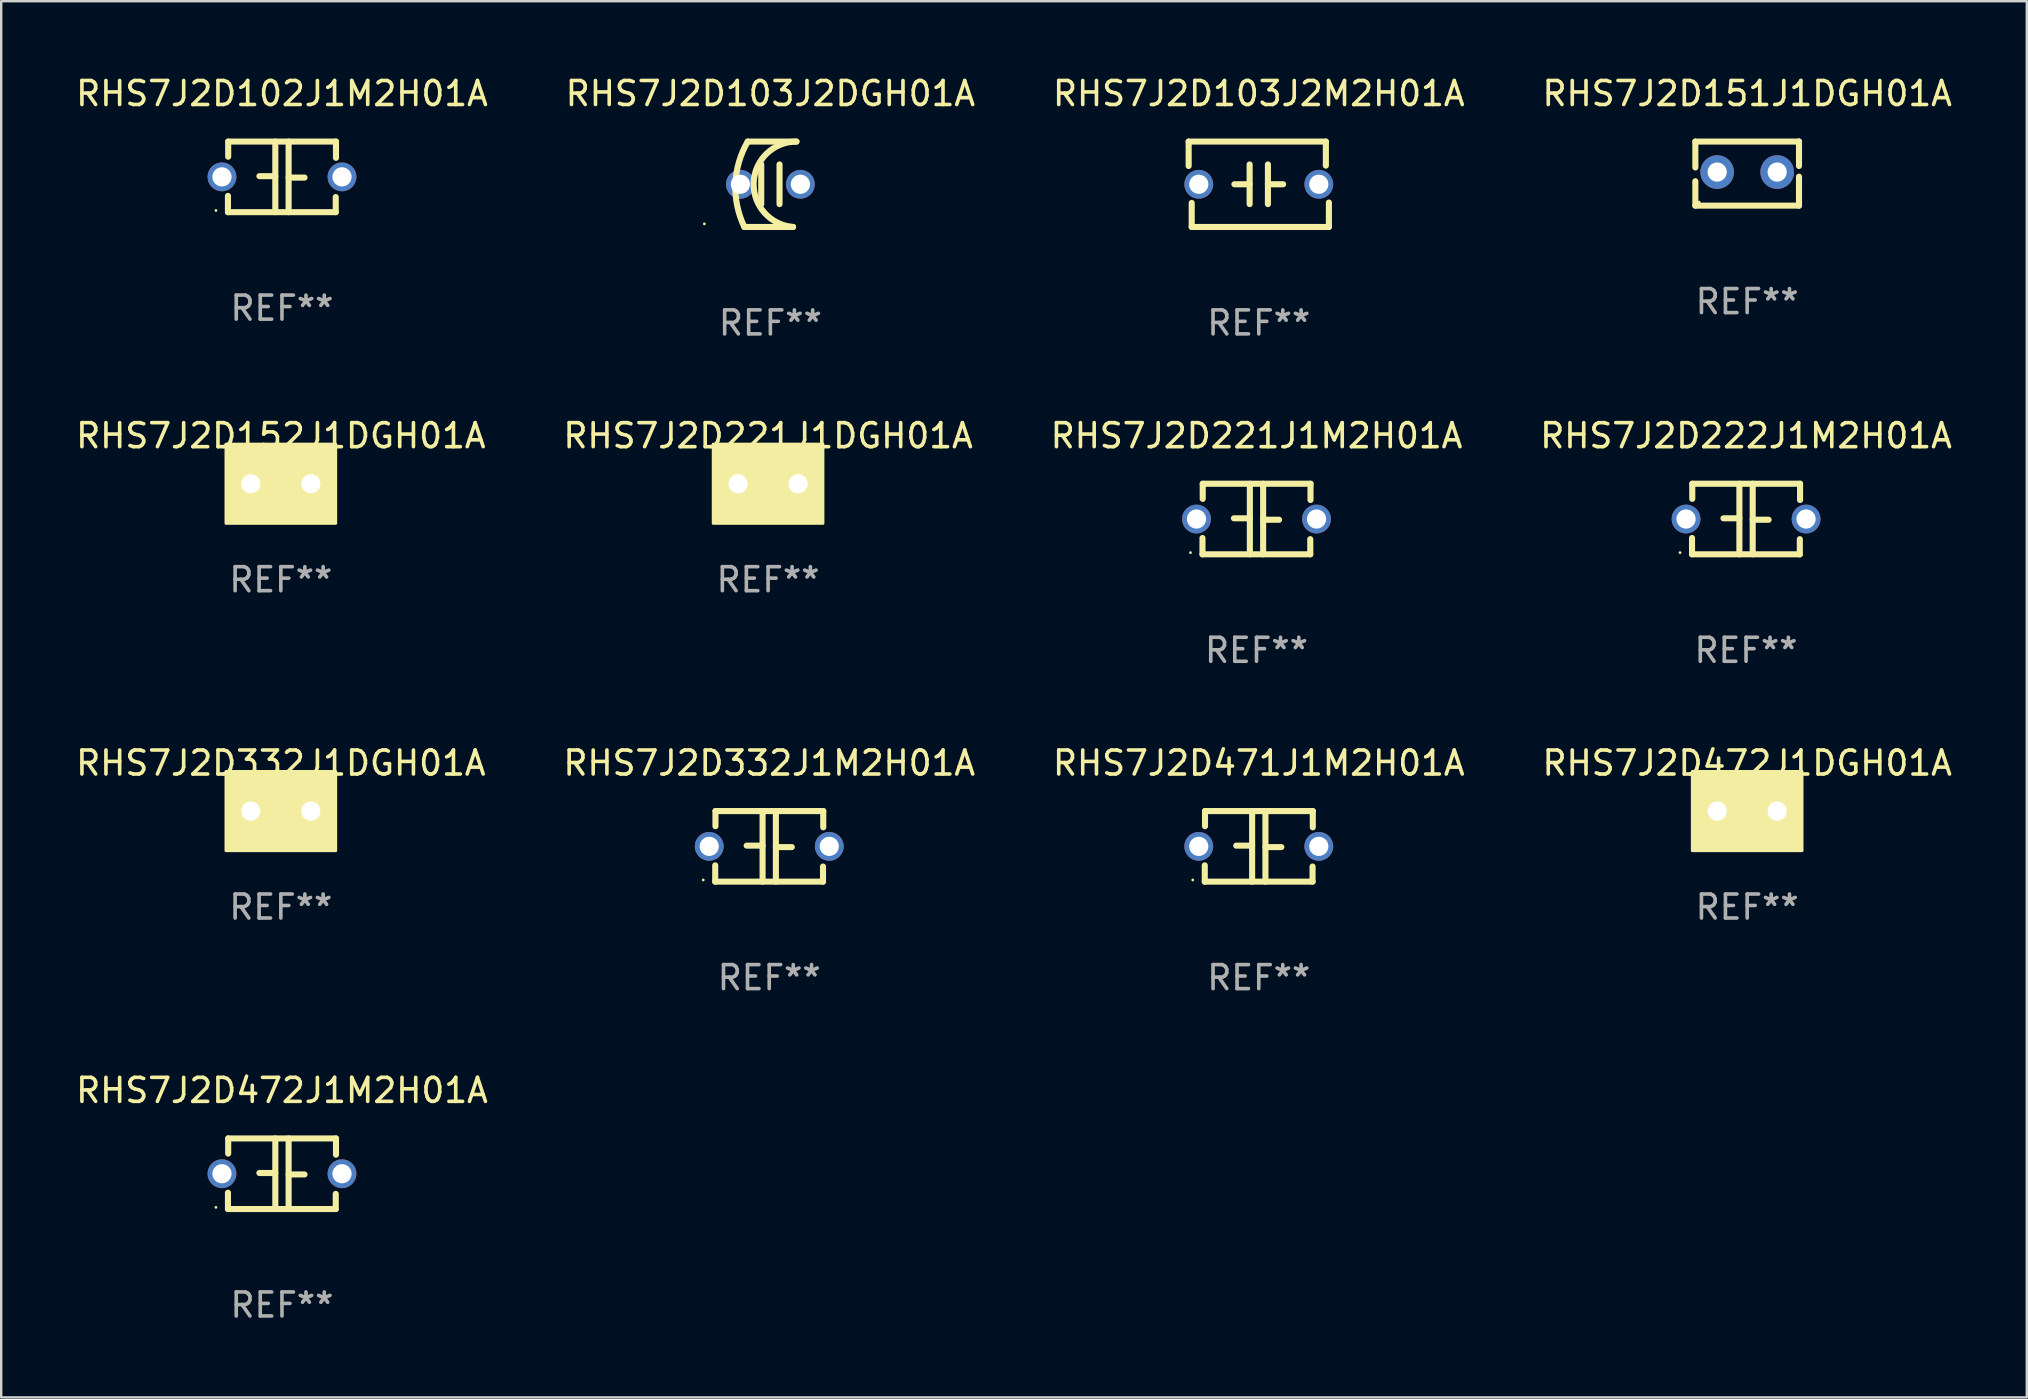
<source format=kicad_pcb>
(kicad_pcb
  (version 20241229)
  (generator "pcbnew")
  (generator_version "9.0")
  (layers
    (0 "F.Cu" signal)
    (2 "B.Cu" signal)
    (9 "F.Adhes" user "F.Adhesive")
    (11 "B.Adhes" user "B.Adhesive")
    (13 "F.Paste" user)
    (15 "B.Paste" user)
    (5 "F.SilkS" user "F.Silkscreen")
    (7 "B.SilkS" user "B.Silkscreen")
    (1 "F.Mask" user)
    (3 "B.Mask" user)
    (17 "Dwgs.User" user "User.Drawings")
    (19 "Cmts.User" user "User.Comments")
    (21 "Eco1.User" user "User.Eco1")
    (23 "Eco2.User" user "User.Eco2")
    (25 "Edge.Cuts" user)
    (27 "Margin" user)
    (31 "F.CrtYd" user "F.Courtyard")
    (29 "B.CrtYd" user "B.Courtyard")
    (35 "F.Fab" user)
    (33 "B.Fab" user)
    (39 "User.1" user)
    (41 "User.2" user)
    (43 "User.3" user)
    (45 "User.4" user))
  (footprint "RHS7J2D151J1DGH01A"
    (layer "F.Cu")
    (at 69.732 4.182)
    (property "Reference" "RHS7J2D151J1DGH01A" (at 0 -3.334 0) (layer "F.SilkS") (effects (font (size 1 1) (thickness 0.15))))
    (attr through_hole)
    (fp_line (start -2.159 -1.334) (end 2.159 -1.334) (stroke (width 0.254) (type solid)) (layer "F.SilkS"))
    (fp_line (start -2.159 -0.256) (end -2.159 -1.334) (stroke (width 0.254) (type solid)) (layer "F.SilkS"))
    (fp_line (start -2.159 1.334) (end -2.159 0.318) (stroke (width 0.254) (type solid)) (layer "F.SilkS"))
    (fp_line (start 2.159 -1.334) (end 2.159 -1.334) (stroke (width 0.254) (type solid)) (layer "F.SilkS"))
    (fp_line (start 2.159 -1.334) (end 2.159 -0.318) (stroke (width 0.254) (type solid)) (layer "F.SilkS"))
    (fp_line (start 2.159 0.129) (end 2.159 1.334) (stroke (width 0.254) (type solid)) (layer "F.SilkS"))
    (fp_line (start 2.159 1.334) (end -2.159 1.334) (stroke (width 0.254) (type solid)) (layer "F.SilkS"))
    (fp_circle (center -2 1.186) (end -1.97 1.186) (stroke (width 0.06) (type solid)) (fill no) (layer "F.SilkS"))
    (fp_text user "REF**" (at 0 5.334 0) (layer "F.Fab") (effects (font (size 1 1) (thickness 0.15))))
    (pad "1" thru_hole circle (at -1.25 -0.064) (size 1.4 1.4) (drill 0.8) (layers "*.Cu" "*.Mask"))
    (pad "2" thru_hole circle (at 1.25 -0.064) (size 1.4 1.4) (drill 0.8) (layers "*.Cu" "*.Mask")))
  (footprint "RHS7J2D332J1M2H01A"
    (layer "F.Cu")
    (at 28.994 32.207)
    (property "Reference" "RHS7J2D332J1M2H01A" (at 0 -3.47 0) (layer "F.SilkS") (effects (font (size 1 1) (thickness 0.15))))
    (attr through_hole)
    (fp_line (start -2.25 1.47) (end -2.25 0.792) (stroke (width 0.254) (type solid)) (layer "F.SilkS"))
    (fp_line (start -2.24 -1.47) (end 2.25 -1.47) (stroke (width 0.254) (type solid)) (layer "F.SilkS"))
    (fp_line (start -2.24 -0.84) (end -2.24 -1.47) (stroke (width 0.254) (type solid)) (layer "F.SilkS"))
    (fp_line (start -0.277 -0.03) (end -0.94 -0.03) (stroke (width 0.254) (type solid)) (layer "F.SilkS"))
    (fp_line (start -0.277 1.47) (end -0.277 -1.47) (stroke (width 0.254) (type solid)) (layer "F.SilkS"))
    (fp_line (start 0.277 -1.47) (end 0.277 1.47) (stroke (width 0.254) (type solid)) (layer "F.SilkS"))
    (fp_line (start 0.277 0.03) (end 0.94 0.03) (stroke (width 0.254) (type solid)) (layer "F.SilkS"))
    (fp_line (start 2.24 0.84) (end 2.24 1.47) (stroke (width 0.254) (type solid)) (layer "F.SilkS"))
    (fp_line (start 2.24 1.47) (end -2.25 1.47) (stroke (width 0.254) (type solid)) (layer "F.SilkS"))
    (fp_line (start 2.25 -1.47) (end 2.25 -0.793) (stroke (width 0.254) (type solid)) (layer "F.SilkS"))
    (fp_circle (center -2.75 1.4) (end -2.72 1.4) (stroke (width 0.06) (type solid)) (fill no) (layer "F.SilkS"))
    (fp_text user "REF**" (at 0 5.47 0) (layer "F.Fab") (effects (font (size 1 1) (thickness 0.15))))
    (pad "1" thru_hole circle (at -2.5 0) (size 1.2 1.2) (drill 0.8) (layers "*.Cu" "*.Mask"))
    (pad "2" thru_hole circle (at 2.5 0) (size 1.2 1.2) (drill 0.8) (layers "*.Cu" "*.Mask")))
  (footprint "RHS7J2D152J1DGH01A"
    (layer "F.Cu")
    (at 8.649 17.101)
    (property "Reference" "RHS7J2D152J1DGH01A" (at 0 -2 0) (layer "F.SilkS") (effects (font (size 1 1) (thickness 0.15))))
    (attr through_hole)
    (fp_circle (center -2.1 1.4) (end -2.07 1.4) (stroke (width 0.06) (type solid)) (fill no) (layer "F.SilkS"))
    (fp_poly (pts (xy -2.286 -1.651) (xy 2.286 -1.651) (xy 2.286 1.651) (xy -2.286 1.651)) (stroke (width 0.12) (type solid)) (fill yes) (layer "F.SilkS"))
    (fp_text user "REF**" (at 0 4 0) (layer "F.Fab") (effects (font (size 1 1) (thickness 0.15))))
    (pad "1" thru_hole circle (at -1.25 0) (size 1.2 1.2) (drill 0.8) (layers "*.Cu" "*.Mask"))
    (pad "2" thru_hole circle (at 1.25 0) (size 1.2 1.2) (drill 0.8) (layers "*.Cu" "*.Mask")))
  (footprint "RHS7J2D103J2M2H01A"
    (layer "F.Cu")
    (at 49.387 4.626)
    (property "Reference" "RHS7J2D103J2M2H01A" (at 0 -3.778 0) (layer "F.SilkS") (effects (font (size 1 1) (thickness 0.15))))
    (attr through_hole)
    (fp_line (start -2.921 -1.778) (end 2.794 -1.778) (stroke (width 0.254) (type solid)) (layer "F.SilkS"))
    (fp_line (start -2.921 -0.762) (end -2.921 -1.778) (stroke (width 0.254) (type solid)) (layer "F.SilkS"))
    (fp_line (start -2.794 1.778) (end -2.794 0.777) (stroke (width 0.254) (type solid)) (layer "F.SilkS"))
    (fp_line (start -0.381 0.000025) (end -1.016 0.000025) (stroke (width 0.254) (type solid)) (layer "F.SilkS"))
    (fp_line (start -0.381 0.826) (end -0.381 -0.826) (stroke (width 0.254) (type solid)) (layer "F.SilkS"))
    (fp_line (start 0.381 -0.826) (end 0.381 0.826) (stroke (width 0.254) (type solid)) (layer "F.SilkS"))
    (fp_line (start 0.381 -0.000025) (end 1.016 -0.000025) (stroke (width 0.254) (type solid)) (layer "F.SilkS"))
    (fp_line (start 2.794 -1.778) (end 2.794 -0.777) (stroke (width 0.254) (type solid)) (layer "F.SilkS"))
    (fp_line (start 2.921 0.762) (end 2.921 1.778) (stroke (width 0.254) (type solid)) (layer "F.SilkS"))
    (fp_line (start 2.921 1.778) (end -2.794 1.778) (stroke (width 0.254) (type solid)) (layer "F.SilkS"))
    (fp_circle (center -2.75 1.65) (end -2.72 1.65) (stroke (width 0.06) (type solid)) (fill no) (layer "F.SilkS"))
    (fp_text user "REF**" (at 0 5.778 0) (layer "F.Fab") (effects (font (size 1 1) (thickness 0.15))))
    (pad "1" thru_hole circle (at -2.5 0) (size 1.2 1.2) (drill 0.8) (layers "*.Cu" "*.Mask"))
    (pad "2" thru_hole circle (at 2.5 0) (size 1.2 1.2) (drill 0.8) (layers "*.Cu" "*.Mask")))
  (footprint "RHS7J2D221J1DGH01A"
    (layer "F.Cu")
    (at 28.946 17.101)
    (property "Reference" "RHS7J2D221J1DGH01A" (at 0 -2 0) (layer "F.SilkS") (effects (font (size 1 1) (thickness 0.15))))
    (attr through_hole)
    (fp_circle (center -2.1 1.4) (end -2.07 1.4) (stroke (width 0.06) (type solid)) (fill no) (layer "F.SilkS"))
    (fp_poly (pts (xy -2.286 -1.651) (xy 2.286 -1.651) (xy 2.286 1.651) (xy -2.286 1.651)) (stroke (width 0.12) (type solid)) (fill yes) (layer "F.SilkS"))
    (fp_text user "REF**" (at 0 4 0) (layer "F.Fab") (effects (font (size 1 1) (thickness 0.15))))
    (pad "1" thru_hole circle (at -1.25 0) (size 1.2 1.2) (drill 0.8) (layers "*.Cu" "*.Mask"))
    (pad "2" thru_hole circle (at 1.25 0) (size 1.2 1.2) (drill 0.8) (layers "*.Cu" "*.Mask")))
  (footprint "RHS7J2D222J1M2H01A"
    (layer "F.Cu")
    (at 69.685 18.571)
    (property "Reference" "RHS7J2D222J1M2H01A" (at 0 -3.47 0) (layer "F.SilkS") (effects (font (size 1 1) (thickness 0.15))))
    (attr through_hole)
    (fp_line (start -2.25 1.47) (end -2.25 0.792) (stroke (width 0.254) (type solid)) (layer "F.SilkS"))
    (fp_line (start -2.24 -1.47) (end 2.25 -1.47) (stroke (width 0.254) (type solid)) (layer "F.SilkS"))
    (fp_line (start -2.24 -0.84) (end -2.24 -1.47) (stroke (width 0.254) (type solid)) (layer "F.SilkS"))
    (fp_line (start -0.277 -0.03) (end -0.94 -0.03) (stroke (width 0.254) (type solid)) (layer "F.SilkS"))
    (fp_line (start -0.277 1.47) (end -0.277 -1.47) (stroke (width 0.254) (type solid)) (layer "F.SilkS"))
    (fp_line (start 0.277 -1.47) (end 0.277 1.47) (stroke (width 0.254) (type solid)) (layer "F.SilkS"))
    (fp_line (start 0.277 0.03) (end 0.94 0.03) (stroke (width 0.254) (type solid)) (layer "F.SilkS"))
    (fp_line (start 2.24 0.84) (end 2.24 1.47) (stroke (width 0.254) (type solid)) (layer "F.SilkS"))
    (fp_line (start 2.24 1.47) (end -2.25 1.47) (stroke (width 0.254) (type solid)) (layer "F.SilkS"))
    (fp_line (start 2.25 -1.47) (end 2.25 -0.793) (stroke (width 0.254) (type solid)) (layer "F.SilkS"))
    (fp_circle (center -2.75 1.4) (end -2.72 1.4) (stroke (width 0.06) (type solid)) (fill no) (layer "F.SilkS"))
    (fp_text user "REF**" (at 0 5.47 0) (layer "F.Fab") (effects (font (size 1 1) (thickness 0.15))))
    (pad "1" thru_hole circle (at -2.5 0) (size 1.2 1.2) (drill 0.8) (layers "*.Cu" "*.Mask"))
    (pad "2" thru_hole circle (at 2.5 0) (size 1.2 1.2) (drill 0.8) (layers "*.Cu" "*.Mask")))
  (footprint "RHS7J2D102J1M2H01A"
    (layer "F.Cu")
    (at 8.696 4.318)
    (property "Reference" "RHS7J2D102J1M2H01A" (at 0 -3.47 0) (layer "F.SilkS") (effects (font (size 1 1) (thickness 0.15))))
    (attr through_hole)
    (fp_line (start -2.25 1.47) (end -2.25 0.792) (stroke (width 0.254) (type solid)) (layer "F.SilkS"))
    (fp_line (start -2.24 -1.47) (end 2.25 -1.47) (stroke (width 0.254) (type solid)) (layer "F.SilkS"))
    (fp_line (start -2.24 -0.84) (end -2.24 -1.47) (stroke (width 0.254) (type solid)) (layer "F.SilkS"))
    (fp_line (start -0.277 -0.03) (end -0.94 -0.03) (stroke (width 0.254) (type solid)) (layer "F.SilkS"))
    (fp_line (start -0.277 1.47) (end -0.277 -1.47) (stroke (width 0.254) (type solid)) (layer "F.SilkS"))
    (fp_line (start 0.277 -1.47) (end 0.277 1.47) (stroke (width 0.254) (type solid)) (layer "F.SilkS"))
    (fp_line (start 0.277 0.03) (end 0.94 0.03) (stroke (width 0.254) (type solid)) (layer "F.SilkS"))
    (fp_line (start 2.24 0.84) (end 2.24 1.47) (stroke (width 0.254) (type solid)) (layer "F.SilkS"))
    (fp_line (start 2.24 1.47) (end -2.25 1.47) (stroke (width 0.254) (type solid)) (layer "F.SilkS"))
    (fp_line (start 2.25 -1.47) (end 2.25 -0.793) (stroke (width 0.254) (type solid)) (layer "F.SilkS"))
    (fp_circle (center -2.75 1.4) (end -2.72 1.4) (stroke (width 0.06) (type solid)) (fill no) (layer "F.SilkS"))
    (fp_text user "REF**" (at 0 5.47 0) (layer "F.Fab") (effects (font (size 1 1) (thickness 0.15))))
    (pad "1" thru_hole circle (at -2.5 0) (size 1.2 1.2) (drill 0.8) (layers "*.Cu" "*.Mask"))
    (pad "2" thru_hole circle (at 2.5 0) (size 1.2 1.2) (drill 0.8) (layers "*.Cu" "*.Mask")))
  (footprint "RHS7J2D103J2DGH01A"
    (layer "F.Cu")
    (at 29.042 4.626)
    (property "Reference" "RHS7J2D103J2DGH01A" (at 0 -3.778 0) (layer "F.SilkS") (effects (font (size 1 1) (thickness 0.15))))
    (attr through_hole)
    (fp_line (start -1.085 1.778) (end 0.944 1.778) (stroke (width 0.254) (type solid)) (layer "F.SilkS"))
    (fp_line (start -0.945 -1.778) (end 1.085 -1.778) (stroke (width 0.254) (type solid)) (layer "F.SilkS"))
    (fp_line (start -0.381 0.826) (end -0.381 -0.826) (stroke (width 0.254) (type solid)) (layer "F.SilkS"))
    (fp_line (start 0.381 -0.826) (end 0.381 0.826) (stroke (width 0.254) (type solid)) (layer "F.SilkS"))
    (fp_arc (start -1.084963 1.778004) (mid -1.456786 -0.017461) (end -0.944501 -1.778004) (stroke (width 0.254001) (type solid)) (layer "F.SilkS"))
    (fp_arc (start 0.944399 1.778004) (mid -0.695802 -0.067562) (end 1.084862 -1.778004) (stroke (width 0.254001) (type solid)) (layer "F.SilkS"))
    (fp_circle (center -2.75 1.65) (end -2.72 1.65) (stroke (width 0.06) (type solid)) (fill no) (layer "F.SilkS"))
    (fp_text user "REF**" (at 0 5.778 0) (layer "F.Fab") (effects (font (size 1 1) (thickness 0.15))))
    (pad "1" thru_hole circle (at -1.25 0) (size 1.2 1.2) (drill 0.8) (layers "*.Cu" "*.Mask"))
    (pad "2" thru_hole circle (at 1.25 0) (size 1.2 1.2) (drill 0.8) (layers "*.Cu" "*.Mask")))
  (footprint "RHS7J2D332J1DGH01A"
    (layer "F.Cu")
    (at 8.649 30.737)
    (property "Reference" "RHS7J2D332J1DGH01A" (at 0 -2 0) (layer "F.SilkS") (effects (font (size 1 1) (thickness 0.15))))
    (attr through_hole)
    (fp_circle (center -2.1 1.4) (end -2.07 1.4) (stroke (width 0.06) (type solid)) (fill no) (layer "F.SilkS"))
    (fp_poly (pts (xy -2.286 -1.651) (xy 2.286 -1.651) (xy 2.286 1.651) (xy -2.286 1.651)) (stroke (width 0.12) (type solid)) (fill yes) (layer "F.SilkS"))
    (fp_text user "REF**" (at 0 4 0) (layer "F.Fab") (effects (font (size 1 1) (thickness 0.15))))
    (pad "1" thru_hole circle (at -1.25 0) (size 1.2 1.2) (drill 0.8) (layers "*.Cu" "*.Mask"))
    (pad "2" thru_hole circle (at 1.25 0) (size 1.2 1.2) (drill 0.8) (layers "*.Cu" "*.Mask")))
  (footprint "RHS7J2D471J1M2H01A"
    (layer "F.Cu")
    (at 49.387 32.207)
    (property "Reference" "RHS7J2D471J1M2H01A" (at 0 -3.47 0) (layer "F.SilkS") (effects (font (size 1 1) (thickness 0.15))))
    (attr through_hole)
    (fp_line (start -2.25 1.47) (end -2.25 0.792) (stroke (width 0.254) (type solid)) (layer "F.SilkS"))
    (fp_line (start -2.24 -1.47) (end 2.25 -1.47) (stroke (width 0.254) (type solid)) (layer "F.SilkS"))
    (fp_line (start -2.24 -0.84) (end -2.24 -1.47) (stroke (width 0.254) (type solid)) (layer "F.SilkS"))
    (fp_line (start -0.277 -0.03) (end -0.94 -0.03) (stroke (width 0.254) (type solid)) (layer "F.SilkS"))
    (fp_line (start -0.277 1.47) (end -0.277 -1.47) (stroke (width 0.254) (type solid)) (layer "F.SilkS"))
    (fp_line (start 0.277 -1.47) (end 0.277 1.47) (stroke (width 0.254) (type solid)) (layer "F.SilkS"))
    (fp_line (start 0.277 0.03) (end 0.94 0.03) (stroke (width 0.254) (type solid)) (layer "F.SilkS"))
    (fp_line (start 2.24 0.84) (end 2.24 1.47) (stroke (width 0.254) (type solid)) (layer "F.SilkS"))
    (fp_line (start 2.24 1.47) (end -2.25 1.47) (stroke (width 0.254) (type solid)) (layer "F.SilkS"))
    (fp_line (start 2.25 -1.47) (end 2.25 -0.793) (stroke (width 0.254) (type solid)) (layer "F.SilkS"))
    (fp_circle (center -2.75 1.4) (end -2.72 1.4) (stroke (width 0.06) (type solid)) (fill no) (layer "F.SilkS"))
    (fp_text user "REF**" (at 0 5.47 0) (layer "F.Fab") (effects (font (size 1 1) (thickness 0.15))))
    (pad "1" thru_hole circle (at -2.5 0) (size 1.2 1.2) (drill 0.8) (layers "*.Cu" "*.Mask"))
    (pad "2" thru_hole circle (at 2.5 0) (size 1.2 1.2) (drill 0.8) (layers "*.Cu" "*.Mask")))
  (footprint "RHS7J2D472J1M2H01A"
    (layer "F.Cu")
    (at 8.696 45.844)
    (property "Reference" "RHS7J2D472J1M2H01A" (at 0 -3.47 0) (layer "F.SilkS") (effects (font (size 1 1) (thickness 0.15))))
    (attr through_hole)
    (fp_line (start -2.25 1.47) (end -2.25 0.792) (stroke (width 0.254) (type solid)) (layer "F.SilkS"))
    (fp_line (start -2.24 -1.47) (end 2.25 -1.47) (stroke (width 0.254) (type solid)) (layer "F.SilkS"))
    (fp_line (start -2.24 -0.84) (end -2.24 -1.47) (stroke (width 0.254) (type solid)) (layer "F.SilkS"))
    (fp_line (start -0.277 -0.03) (end -0.94 -0.03) (stroke (width 0.254) (type solid)) (layer "F.SilkS"))
    (fp_line (start -0.277 1.47) (end -0.277 -1.47) (stroke (width 0.254) (type solid)) (layer "F.SilkS"))
    (fp_line (start 0.277 -1.47) (end 0.277 1.47) (stroke (width 0.254) (type solid)) (layer "F.SilkS"))
    (fp_line (start 0.277 0.03) (end 0.94 0.03) (stroke (width 0.254) (type solid)) (layer "F.SilkS"))
    (fp_line (start 2.24 0.84) (end 2.24 1.47) (stroke (width 0.254) (type solid)) (layer "F.SilkS"))
    (fp_line (start 2.24 1.47) (end -2.25 1.47) (stroke (width 0.254) (type solid)) (layer "F.SilkS"))
    (fp_line (start 2.25 -1.47) (end 2.25 -0.793) (stroke (width 0.254) (type solid)) (layer "F.SilkS"))
    (fp_circle (center -2.75 1.4) (end -2.72 1.4) (stroke (width 0.06) (type solid)) (fill no) (layer "F.SilkS"))
    (fp_text user "REF**" (at 0 5.47 0) (layer "F.Fab") (effects (font (size 1 1) (thickness 0.15))))
    (pad "1" thru_hole circle (at -2.5 0) (size 1.2 1.2) (drill 0.8) (layers "*.Cu" "*.Mask"))
    (pad "2" thru_hole circle (at 2.5 0) (size 1.2 1.2) (drill 0.8) (layers "*.Cu" "*.Mask")))
  (footprint "RHS7J2D472J1DGH01A"
    (layer "F.Cu")
    (at 69.732 30.737)
    (property "Reference" "RHS7J2D472J1DGH01A" (at 0 -2 0) (layer "F.SilkS") (effects (font (size 1 1) (thickness 0.15))))
    (attr through_hole)
    (fp_circle (center -2.1 1.4) (end -2.07 1.4) (stroke (width 0.06) (type solid)) (fill no) (layer "F.SilkS"))
    (fp_poly (pts (xy -2.286 -1.651) (xy 2.286 -1.651) (xy 2.286 1.651) (xy -2.286 1.651)) (stroke (width 0.12) (type solid)) (fill yes) (layer "F.SilkS"))
    (fp_text user "REF**" (at 0 4 0) (layer "F.Fab") (effects (font (size 1 1) (thickness 0.15))))
    (pad "1" thru_hole circle (at -1.25 0) (size 1.2 1.2) (drill 0.8) (layers "*.Cu" "*.Mask"))
    (pad "2" thru_hole circle (at 1.25 0) (size 1.2 1.2) (drill 0.8) (layers "*.Cu" "*.Mask")))
  (footprint "RHS7J2D221J1M2H01A"
    (layer "F.Cu")
    (at 49.292 18.571)
    (property "Reference" "RHS7J2D221J1M2H01A" (at 0 -3.47 0) (layer "F.SilkS") (effects (font (size 1 1) (thickness 0.15))))
    (attr through_hole)
    (fp_line (start -2.25 1.47) (end -2.25 0.792) (stroke (width 0.254) (type solid)) (layer "F.SilkS"))
    (fp_line (start -2.24 -1.47) (end 2.25 -1.47) (stroke (width 0.254) (type solid)) (layer "F.SilkS"))
    (fp_line (start -2.24 -0.84) (end -2.24 -1.47) (stroke (width 0.254) (type solid)) (layer "F.SilkS"))
    (fp_line (start -0.277 -0.03) (end -0.94 -0.03) (stroke (width 0.254) (type solid)) (layer "F.SilkS"))
    (fp_line (start -0.277 1.47) (end -0.277 -1.47) (stroke (width 0.254) (type solid)) (layer "F.SilkS"))
    (fp_line (start 0.277 -1.47) (end 0.277 1.47) (stroke (width 0.254) (type solid)) (layer "F.SilkS"))
    (fp_line (start 0.277 0.03) (end 0.94 0.03) (stroke (width 0.254) (type solid)) (layer "F.SilkS"))
    (fp_line (start 2.24 0.84) (end 2.24 1.47) (stroke (width 0.254) (type solid)) (layer "F.SilkS"))
    (fp_line (start 2.24 1.47) (end -2.25 1.47) (stroke (width 0.254) (type solid)) (layer "F.SilkS"))
    (fp_line (start 2.25 -1.47) (end 2.25 -0.793) (stroke (width 0.254) (type solid)) (layer "F.SilkS"))
    (fp_circle (center -2.75 1.4) (end -2.72 1.4) (stroke (width 0.06) (type solid)) (fill no) (layer "F.SilkS"))
    (fp_text user "REF**" (at 0 5.47 0) (layer "F.Fab") (effects (font (size 1 1) (thickness 0.15))))
    (pad "1" thru_hole circle (at -2.5 0) (size 1.2 1.2) (drill 0.8) (layers "*.Cu" "*.Mask"))
    (pad "2" thru_hole circle (at 2.5 0) (size 1.2 1.2) (drill 0.8) (layers "*.Cu" "*.Mask")))
  (gr_rect
    (start -3 -3)
    (end 81.381 55.162)
    (stroke (width 0.1) (type default))
    (fill no)
    (layer "Edge.Cuts")))
</source>
